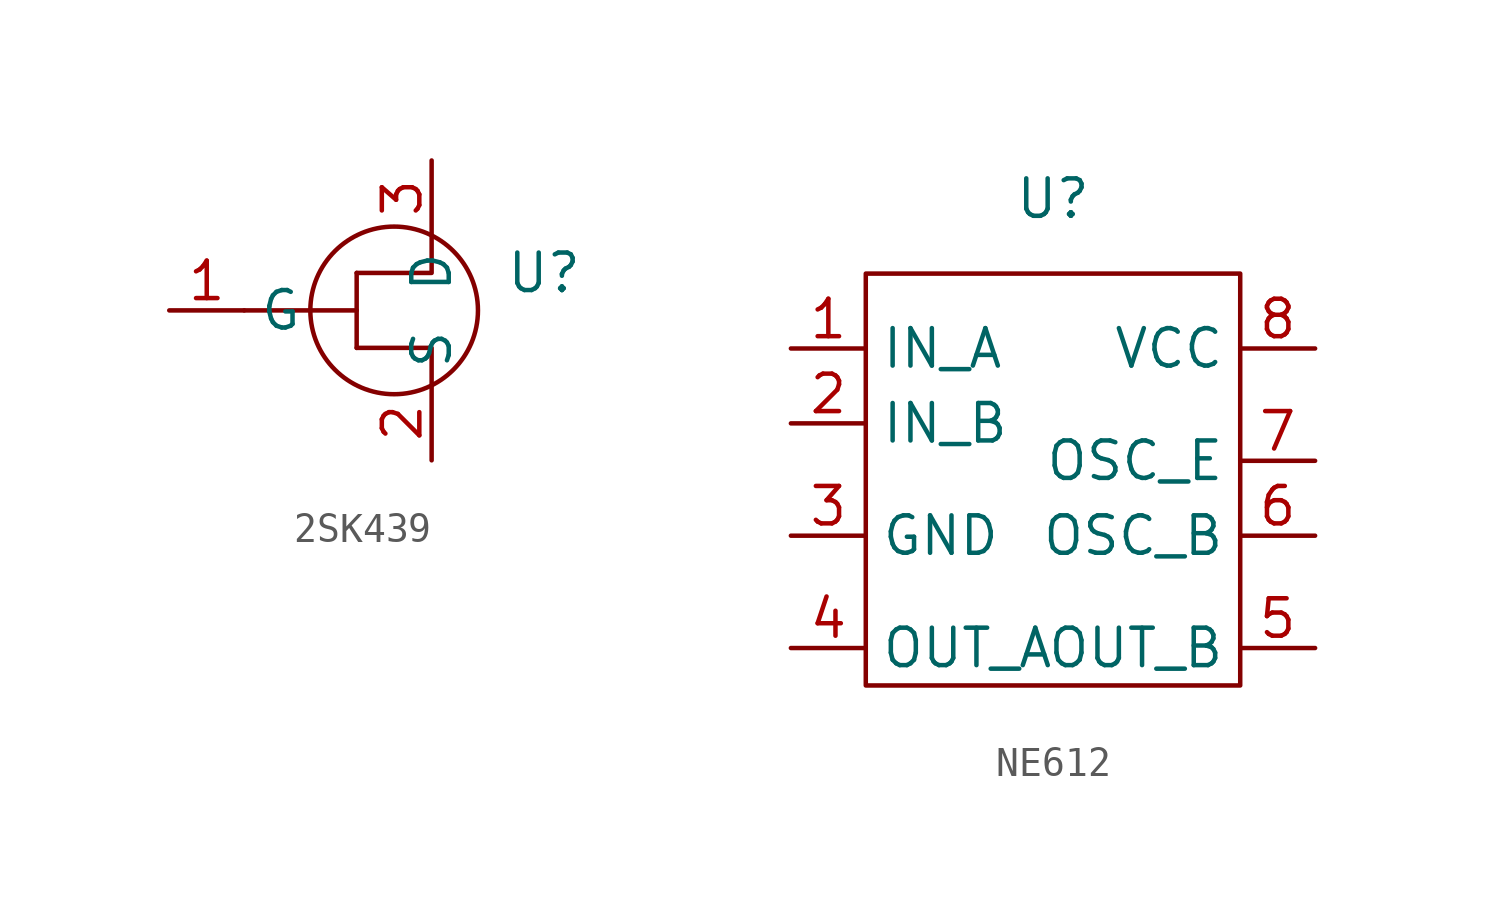
<source format=kicad_sym>
(kicad_symbol_lib
  (version 20241209)
  (generator "kicad_symbol_editor")
  (generator_version "9.0")
  (symbol "2SK439"
    (property "Reference" "U"
      (at 5.08 1.27 0)
      (effects (font (size 1.27 1.27))))
    (property "Value" ""
      (at 0 0 0)
      (effects (font (size 1.27 1.27))))
    (symbol "2SK439_0_1"
      (polyline (pts (xy -1.27 1.27) (xy 1.27 1.27) (xy 1.27 2.54)) (stroke (width 0) (type default)) (fill (type none)))
      (polyline (pts (xy -1.27 -1.27) (xy 1.27 -1.27) (xy 1.27 -2.54)) (stroke (width 0) (type default)) (fill (type none)))
      (circle (center 0 0) (radius 2.84) (stroke (width 0) (type default)) (fill (type none))))
    (symbol "2SK439_1_1"
      (polyline (pts (xy -5.08 0) (xy -1.27 0)) (stroke (width 0) (type default)) (fill (type none)))
      (polyline (pts (xy -1.27 1.27) (xy -1.27 -1.27)) (stroke (width 0) (type default)) (fill (type none)))
      (pin input line (at -7.62 0 0) (length 2.54) (name "G" (effects (font (size 1.27 1.27)))) (number "1" (effects (font (size 1.27 1.27)))))
      (pin input line (at 1.27 5.08 270) (length 2.54) (name "D" (effects (font (size 1.27 1.27)))) (number "3" (effects (font (size 1.27 1.27)))))
      (pin output line (at 1.27 -5.08 90) (length 2.54) (name "S" (effects (font (size 1.27 1.27)))) (number "2" (effects (font (size 1.27 1.27)))))))
  (symbol "NE612"
    (property "Reference" "U"
      (at 0 8.89 0)
      (effects (font (size 1.27 1.27))))
    (property "Value" ""
      (at -2.54 2.54 0)
      (effects (font (size 1.27 1.27))))
    (symbol "NE612_0_1"
      (rectangle (start -6.35 6.35) (end 6.35 -7.62) (stroke (width 0) (type default)) (fill (type none))))
    (symbol "NE612_1_1"
      (pin input line (at -8.89 3.81 0) (length 2.54) (name "IN_A" (effects (font (size 1.27 1.27)))) (number "1" (effects (font (size 1.27 1.27)))))
      (pin input line (at -8.89 1.27 0) (length 2.54) (name "IN_B" (effects (font (size 1.27 1.27)))) (number "2" (effects (font (size 1.27 1.27)))))
      (pin input line (at -8.89 -2.54 0) (length 2.54) (name "GND" (effects (font (size 1.27 1.27)))) (number "3" (effects (font (size 1.27 1.27)))))
      (pin output line (at -8.89 -6.35 0) (length 2.54) (name "OUT_A" (effects (font (size 1.27 1.27)))) (number "4" (effects (font (size 1.27 1.27)))))
      (pin input line (at 8.89 3.81 180) (length 2.54) (name "VCC" (effects (font (size 1.27 1.27)))) (number "8" (effects (font (size 1.27 1.27)))))
      (pin input line (at 8.89 0 180) (length 2.54) (name "OSC_E" (effects (font (size 1.27 1.27)))) (number "7" (effects (font (size 1.27 1.27)))))
      (pin input line (at 8.89 -2.54 180) (length 2.54) (name "OSC_B" (effects (font (size 1.27 1.27)))) (number "6" (effects (font (size 1.27 1.27)))))
      (pin output line (at 8.89 -6.35 180) (length 2.54) (name "OUT_B" (effects (font (size 1.27 1.27)))) (number "5" (effects (font (size 1.27 1.27))))))))
</source>
